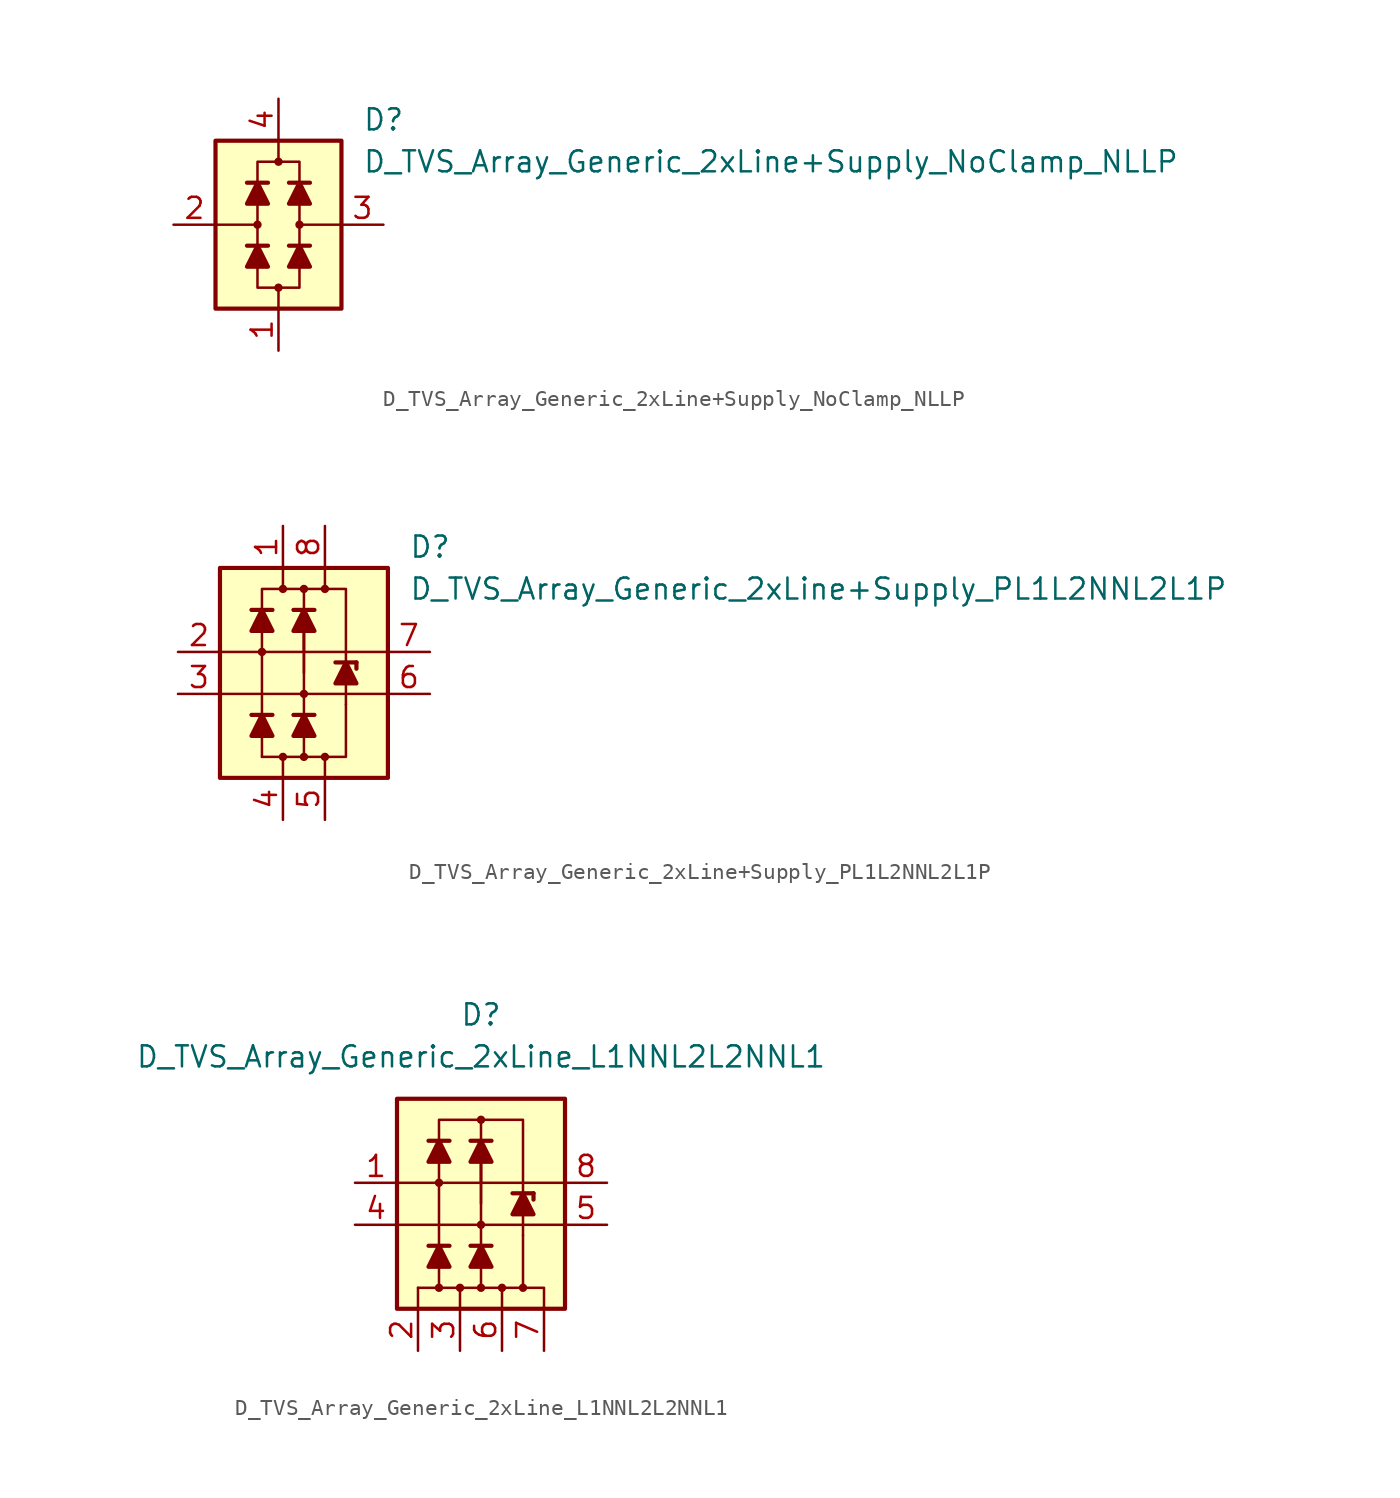
<source format=kicad_sym>
(kicad_symbol_lib
  (version 20231120)
  (generator "kicad_symbol_editor")
  (generator_version "8.0")
  (symbol "D_TVS_Array_Generic_2xLine+Supply_NoClamp_NLLP"
    (pin_names
      (offset 1.016) hide)
    (property "Reference" "D"
      (at 5.08 6.35 0)
      (effects (font (size 1.27 1.27)) (justify left)))
    (property "Value" "D_TVS_Array_Generic_2xLine+Supply_NoClamp_NLLP"
      (at 5.08 3.81 0)
      (effects (font (size 1.27 1.27)) (justify left)))
    (symbol "D_TVS_Array_Generic_2xLine+Supply_NoClamp_NLLP_0_1"
      (rectangle (start -3.81 5.08) (end 3.81 -5.08) (stroke (width 0.254) (type default)) (fill (type background)))
      (circle (center -1.27 0) (radius 0.178) (stroke (width 0) (type default)) (fill (type outline)))
      (polyline (pts (xy -1.27 -1.27) (xy -1.27 1.27)) (stroke (width 0) (type default)) (fill (type none)))
      (polyline (pts (xy -1.27 0) (xy -3.81 0)) (stroke (width 0) (type default)) (fill (type none)))
      (polyline (pts (xy -0.635 -1.27) (xy -1.905 -1.27)) (stroke (width 0.254) (type default)) (fill (type none)))
      (polyline (pts (xy -0.635 2.54) (xy -1.905 2.54)) (stroke (width 0.254) (type default)) (fill (type none)))
      (polyline (pts (xy 0 -3.81) (xy 0 -5.08)) (stroke (width 0) (type default)) (fill (type none)))
      (polyline (pts (xy 0 3.81) (xy 0 5.08)) (stroke (width 0.152) (type default)) (fill (type none)))
      (polyline (pts (xy 1.27 -1.27) (xy 1.27 1.27)) (stroke (width 0) (type default)) (fill (type none)))
      (polyline (pts (xy 1.27 0) (xy 3.81 0)) (stroke (width 0) (type default)) (fill (type none)))
      (polyline (pts (xy 1.905 -1.27) (xy 0.635 -1.27)) (stroke (width 0.254) (type default)) (fill (type none)))
      (polyline (pts (xy 1.905 2.54) (xy 0.635 2.54)) (stroke (width 0.254) (type default)) (fill (type none)))
      (polyline (pts (xy -1.27 -2.54) (xy -1.27 -3.81) (xy 1.27 -3.81) (xy 1.27 -2.54)) (stroke (width 0.152) (type default)) (fill (type none)))
      (polyline (pts (xy -1.27 -1.27) (xy -0.635 -2.54) (xy -1.905 -2.54) (xy -1.27 -1.27)) (stroke (width 0.254) (type default)) (fill (type outline)))
      (polyline (pts (xy -1.27 2.54) (xy -1.27 3.81) (xy 1.27 3.81) (xy 1.27 2.54)) (stroke (width 0.152) (type default)) (fill (type none)))
      (polyline (pts (xy -1.27 2.54) (xy -0.635 1.27) (xy -1.905 1.27) (xy -1.27 2.54)) (stroke (width 0.254) (type default)) (fill (type outline)))
      (polyline (pts (xy 1.27 -1.27) (xy 1.905 -2.54) (xy 0.635 -2.54) (xy 1.27 -1.27)) (stroke (width 0.254) (type default)) (fill (type outline)))
      (polyline (pts (xy 1.27 2.54) (xy 1.905 1.27) (xy 0.635 1.27) (xy 1.27 2.54)) (stroke (width 0.254) (type default)) (fill (type outline)))
      (circle (center 0 3.81) (radius 0.178) (stroke (width 0) (type default)) (fill (type outline)))
      (circle (center 1.27 0) (radius 0.178) (stroke (width 0) (type default)) (fill (type outline))))
    (symbol "D_TVS_Array_Generic_2xLine+Supply_NoClamp_NLLP_1_1"
      (circle (center 0 -3.81) (radius 0.178) (stroke (width 0) (type default)) (fill (type outline)))
      (pin passive line (at 0 -7.62 90) (length 2.54) (name "VN" (effects (font (size 1.27 1.27)))) (number "1" (effects (font (size 1.27 1.27)))))
      (pin passive line (at -6.35 0 0) (length 2.54) (name "L1" (effects (font (size 1.27 1.27)))) (number "2" (effects (font (size 1.27 1.27)))))
      (pin passive line (at 6.35 0 180) (length 2.54) (name "L2" (effects (font (size 1.27 1.27)))) (number "3" (effects (font (size 1.27 1.27)))))
      (pin passive line (at 0 7.62 270) (length 2.54) (name "VP" (effects (font (size 1.27 1.27)))) (number "4" (effects (font (size 1.27 1.27)))))))
  (symbol "D_TVS_Array_Generic_2xLine+Supply_PL1L2NNL2L1P"
    (pin_names
      (offset 1.016) hide)
    (property "Reference" "D"
      (at 6.35 7.62 0)
      (effects (font (size 1.27 1.27)) (justify left)))
    (property "Value" "D_TVS_Array_Generic_2xLine+Supply_PL1L2NNL2L1P"
      (at 6.35 5.08 0)
      (effects (font (size 1.27 1.27)) (justify left)))
    (symbol "D_TVS_Array_Generic_2xLine+Supply_PL1L2NNL2L1P_0_1"
      (rectangle (start -5.08 6.35) (end 5.08 -6.35) (stroke (width 0.254) (type default)) (fill (type background)))
      (polyline (pts (xy -5.08 -1.27) (xy 5.08 -1.27)) (stroke (width 0) (type default)) (fill (type none)))
      (polyline (pts (xy -5.08 1.27) (xy 5.08 1.27)) (stroke (width 0) (type default)) (fill (type none)))
      (polyline (pts (xy -2.54 -5.08) (xy -2.54 2.54)) (stroke (width 0) (type default)) (fill (type none)))
      (polyline (pts (xy -1.905 -2.54) (xy -3.175 -2.54)) (stroke (width 0.254) (type default)) (fill (type none)))
      (polyline (pts (xy -1.905 3.81) (xy -3.175 3.81)) (stroke (width 0.254) (type default)) (fill (type none)))
      (polyline (pts (xy -1.27 -6.35) (xy -1.27 -5.08)) (stroke (width 0) (type default)) (fill (type none)))
      (polyline (pts (xy -1.27 6.35) (xy -1.27 5.08)) (stroke (width 0) (type default)) (fill (type none)))
      (polyline (pts (xy 0 0) (xy 0 2.54)) (stroke (width 0) (type default)) (fill (type none)))
      (polyline (pts (xy 0 2.54) (xy 0 -2.54)) (stroke (width 0) (type default)) (fill (type none)))
      (polyline (pts (xy 0 3.81) (xy 0 5.08)) (stroke (width 0) (type default)) (fill (type none)))
      (polyline (pts (xy 0.635 -2.54) (xy -0.635 -2.54)) (stroke (width 0.254) (type default)) (fill (type none)))
      (polyline (pts (xy 0.635 3.81) (xy -0.635 3.81)) (stroke (width 0.254) (type default)) (fill (type none)))
      (polyline (pts (xy 1.27 -6.35) (xy 1.27 -5.08)) (stroke (width 0) (type default)) (fill (type none)))
      (polyline (pts (xy 1.27 6.35) (xy 1.27 5.08)) (stroke (width 0) (type default)) (fill (type none)))
      (polyline (pts (xy 3.175 0.635) (xy 1.905 0.635)) (stroke (width 0.254) (type default)) (fill (type none)))
      (polyline (pts (xy -2.54 -5.08) (xy -2.54 -5.08) (xy 2.54 -5.08) (xy 2.54 -1.905)) (stroke (width 0) (type default)) (fill (type none)))
      (polyline (pts (xy -2.54 -2.54) (xy -1.905 -3.81) (xy -3.175 -3.81) (xy -2.54 -2.54)) (stroke (width 0.254) (type default)) (fill (type outline)))
      (polyline (pts (xy -2.54 3.81) (xy -1.905 2.54) (xy -3.175 2.54) (xy -2.54 3.81)) (stroke (width 0.254) (type default)) (fill (type outline)))
      (polyline (pts (xy 0 -2.54) (xy 0.635 -3.81) (xy -0.635 -3.81) (xy 0 -2.54)) (stroke (width 0.254) (type default)) (fill (type outline)))
      (polyline (pts (xy 0 3.81) (xy 0.635 2.54) (xy -0.635 2.54) (xy 0 3.81)) (stroke (width 0.254) (type default)) (fill (type outline)))
      (polyline (pts (xy 2.54 0.635) (xy 2.54 5.08) (xy -2.54 5.08) (xy -2.54 3.81)) (stroke (width 0) (type default)) (fill (type none)))
      (polyline (pts (xy 2.54 0.635) (xy 3.175 -0.635) (xy 1.905 -0.635) (xy 2.54 0.635)) (stroke (width 0.254) (type default)) (fill (type outline))))
    (symbol "D_TVS_Array_Generic_2xLine+Supply_PL1L2NNL2L1P_1_1"
      (circle (center -2.54 1.27) (radius 0.178) (stroke (width 0) (type default)) (fill (type outline)))
      (circle (center -1.27 -5.08) (radius 0.178) (stroke (width 0) (type default)) (fill (type outline)))
      (circle (center -1.27 5.08) (radius 0.178) (stroke (width 0) (type default)) (fill (type outline)))
      (circle (center 0 -5.08) (radius 0.178) (stroke (width 0) (type default)) (fill (type outline)))
      (circle (center 0 -1.27) (radius 0.178) (stroke (width 0) (type default)) (fill (type outline)))
      (polyline (pts (xy 0 -5.08) (xy 0 -2.54)) (stroke (width 0) (type default)) (fill (type none)))
      (polyline (pts (xy 0 1.27) (xy 0 3.81)) (stroke (width 0) (type default)) (fill (type none)))
      (polyline (pts (xy 2.54 -1.905) (xy 2.54 0.635)) (stroke (width 0) (type default)) (fill (type none)))
      (polyline (pts (xy 3.175 0.635) (xy 3.175 0.254)) (stroke (width 0.254) (type default)) (fill (type none)))
      (circle (center 0 5.08) (radius 0.178) (stroke (width 0) (type default)) (fill (type outline)))
      (circle (center 1.27 -5.08) (radius 0.178) (stroke (width 0) (type default)) (fill (type outline)))
      (circle (center 1.27 5.08) (radius 0.178) (stroke (width 0) (type default)) (fill (type outline)))
      (pin passive line (at -1.27 8.89 270) (length 2.54) (name "VP" (effects (font (size 1.27 1.27)))) (number "1" (effects (font (size 1.27 1.27)))))
      (pin passive line (at -7.62 1.27 0) (length 2.54) (name "L1" (effects (font (size 1.27 1.27)))) (number "2" (effects (font (size 1.27 1.27)))))
      (pin passive line (at -7.62 -1.27 0) (length 2.54) (name "L2" (effects (font (size 1.27 1.27)))) (number "3" (effects (font (size 1.27 1.27)))))
      (pin passive line (at -1.27 -8.89 90) (length 2.54) (name "VN" (effects (font (size 1.27 1.27)))) (number "4" (effects (font (size 1.27 1.27)))))
      (pin passive line (at 1.27 -8.89 90) (length 2.54) (name "VN" (effects (font (size 1.27 1.27)))) (number "5" (effects (font (size 1.27 1.27)))))
      (pin passive line (at 7.62 -1.27 180) (length 2.54) (name "L2" (effects (font (size 1.27 1.27)))) (number "6" (effects (font (size 1.27 1.27)))))
      (pin passive line (at 7.62 1.27 180) (length 2.54) (name "L1" (effects (font (size 1.27 1.27)))) (number "7" (effects (font (size 1.27 1.27)))))
      (pin passive line (at 1.27 8.89 270) (length 2.54) (name "VP" (effects (font (size 1.27 1.27)))) (number "8" (effects (font (size 1.27 1.27)))))))
  (symbol "D_TVS_Array_Generic_2xLine_L1NNL2L2NNL1"
    (pin_names
      (offset 1.016) hide)
    (property "Reference" "D"
      (at 0 11.43 0)
      (effects (font (size 1.27 1.27))))
    (property "Value" "D_TVS_Array_Generic_2xLine_L1NNL2L2NNL1"
      (at 0 8.89 0)
      (effects (font (size 1.27 1.27))))
    (symbol "D_TVS_Array_Generic_2xLine_L1NNL2L2NNL1_0_1"
      (rectangle (start -5.08 6.35) (end 5.08 -6.35) (stroke (width 0.254) (type default)) (fill (type background)))
      (polyline (pts (xy -5.08 -1.27) (xy 5.08 -1.27)) (stroke (width 0) (type default)) (fill (type none)))
      (polyline (pts (xy -5.08 1.27) (xy 5.08 1.27)) (stroke (width 0) (type default)) (fill (type none)))
      (polyline (pts (xy -3.81 -6.35) (xy -3.81 -5.08)) (stroke (width 0.152) (type default)) (fill (type none)))
      (polyline (pts (xy -3.81 -5.08) (xy -2.54 -5.08)) (stroke (width 0) (type default)) (fill (type none)))
      (polyline (pts (xy -2.54 -5.08) (xy -2.54 2.54)) (stroke (width 0) (type default)) (fill (type none)))
      (polyline (pts (xy -1.905 -2.54) (xy -3.175 -2.54)) (stroke (width 0.254) (type default)) (fill (type none)))
      (polyline (pts (xy -1.905 3.81) (xy -3.175 3.81)) (stroke (width 0.254) (type default)) (fill (type none)))
      (polyline (pts (xy -1.27 -6.35) (xy -1.27 -5.08)) (stroke (width 0) (type default)) (fill (type none)))
      (polyline (pts (xy 0 0) (xy 0 2.54)) (stroke (width 0) (type default)) (fill (type none)))
      (polyline (pts (xy 0 2.54) (xy 0 -2.54)) (stroke (width 0) (type default)) (fill (type none)))
      (polyline (pts (xy 0 3.81) (xy 0 5.08)) (stroke (width 0) (type default)) (fill (type none)))
      (polyline (pts (xy 0.635 -2.54) (xy -0.635 -2.54)) (stroke (width 0.254) (type default)) (fill (type none)))
      (polyline (pts (xy 0.635 3.81) (xy -0.635 3.81)) (stroke (width 0.254) (type default)) (fill (type none)))
      (polyline (pts (xy 1.27 -6.35) (xy 1.27 -5.08)) (stroke (width 0) (type default)) (fill (type none)))
      (polyline (pts (xy 3.175 0.635) (xy 1.905 0.635)) (stroke (width 0.254) (type default)) (fill (type none)))
      (polyline (pts (xy 2.54 -5.08) (xy 3.81 -5.08) (xy 3.81 -6.35)) (stroke (width 0.152) (type default)) (fill (type none)))
      (polyline (pts (xy -2.54 -5.08) (xy -2.54 -5.08) (xy 2.54 -5.08) (xy 2.54 -1.905)) (stroke (width 0) (type default)) (fill (type none)))
      (polyline (pts (xy -2.54 -2.54) (xy -1.905 -3.81) (xy -3.175 -3.81) (xy -2.54 -2.54)) (stroke (width 0.254) (type default)) (fill (type outline)))
      (polyline (pts (xy -2.54 3.81) (xy -1.905 2.54) (xy -3.175 2.54) (xy -2.54 3.81)) (stroke (width 0.254) (type default)) (fill (type outline)))
      (polyline (pts (xy 0 -2.54) (xy 0.635 -3.81) (xy -0.635 -3.81) (xy 0 -2.54)) (stroke (width 0.254) (type default)) (fill (type outline)))
      (polyline (pts (xy 0 3.81) (xy 0.635 2.54) (xy -0.635 2.54) (xy 0 3.81)) (stroke (width 0.254) (type default)) (fill (type outline)))
      (polyline (pts (xy 2.54 0.635) (xy 2.54 5.08) (xy -2.54 5.08) (xy -2.54 3.81)) (stroke (width 0) (type default)) (fill (type none)))
      (polyline (pts (xy 2.54 0.635) (xy 3.175 -0.635) (xy 1.905 -0.635) (xy 2.54 0.635)) (stroke (width 0.254) (type default)) (fill (type outline))))
    (symbol "D_TVS_Array_Generic_2xLine_L1NNL2L2NNL1_1_1"
      (circle (center -2.54 -5.08) (radius 0.178) (stroke (width 0) (type default)) (fill (type outline)))
      (circle (center -2.54 1.27) (radius 0.178) (stroke (width 0) (type default)) (fill (type outline)))
      (circle (center -1.27 -5.08) (radius 0.178) (stroke (width 0) (type default)) (fill (type outline)))
      (circle (center 0 -5.08) (radius 0.178) (stroke (width 0) (type default)) (fill (type outline)))
      (circle (center 0 -1.27) (radius 0.178) (stroke (width 0) (type default)) (fill (type outline)))
      (polyline (pts (xy 0 -5.08) (xy 0 -2.54)) (stroke (width 0) (type default)) (fill (type none)))
      (polyline (pts (xy 0 1.27) (xy 0 3.81)) (stroke (width 0) (type default)) (fill (type none)))
      (polyline (pts (xy 2.54 -1.905) (xy 2.54 0.635)) (stroke (width 0) (type default)) (fill (type none)))
      (polyline (pts (xy 3.175 0.635) (xy 3.175 0.254)) (stroke (width 0.254) (type default)) (fill (type none)))
      (circle (center 0 5.08) (radius 0.178) (stroke (width 0) (type default)) (fill (type outline)))
      (circle (center 1.27 -5.08) (radius 0.178) (stroke (width 0) (type default)) (fill (type outline)))
      (circle (center 2.54 -5.08) (radius 0.178) (stroke (width 0) (type default)) (fill (type outline)))
      (pin passive line (at -7.62 1.27 0) (length 2.54) (name "L1" (effects (font (size 1.27 1.27)))) (number "1" (effects (font (size 1.27 1.27)))))
      (pin passive line (at -3.81 -8.89 90) (length 2.54) (name "VN" (effects (font (size 1.27 1.27)))) (number "2" (effects (font (size 1.27 1.27)))))
      (pin passive line (at -1.27 -8.89 90) (length 2.54) (name "VN" (effects (font (size 1.27 1.27)))) (number "3" (effects (font (size 1.27 1.27)))))
      (pin passive line (at -7.62 -1.27 0) (length 2.54) (name "L2" (effects (font (size 1.27 1.27)))) (number "4" (effects (font (size 1.27 1.27)))))
      (pin passive line (at 7.62 -1.27 180) (length 2.54) (name "L2" (effects (font (size 1.27 1.27)))) (number "5" (effects (font (size 1.27 1.27)))))
      (pin passive line (at 1.27 -8.89 90) (length 2.54) (name "VN" (effects (font (size 1.27 1.27)))) (number "6" (effects (font (size 1.27 1.27)))))
      (pin passive line (at 3.81 -8.89 90) (length 2.54) (name "VN" (effects (font (size 1.27 1.27)))) (number "7" (effects (font (size 1.27 1.27)))))
      (pin passive line (at 7.62 1.27 180) (length 2.54) (name "L1" (effects (font (size 1.27 1.27)))) (number "8" (effects (font (size 1.27 1.27))))))))
</source>
